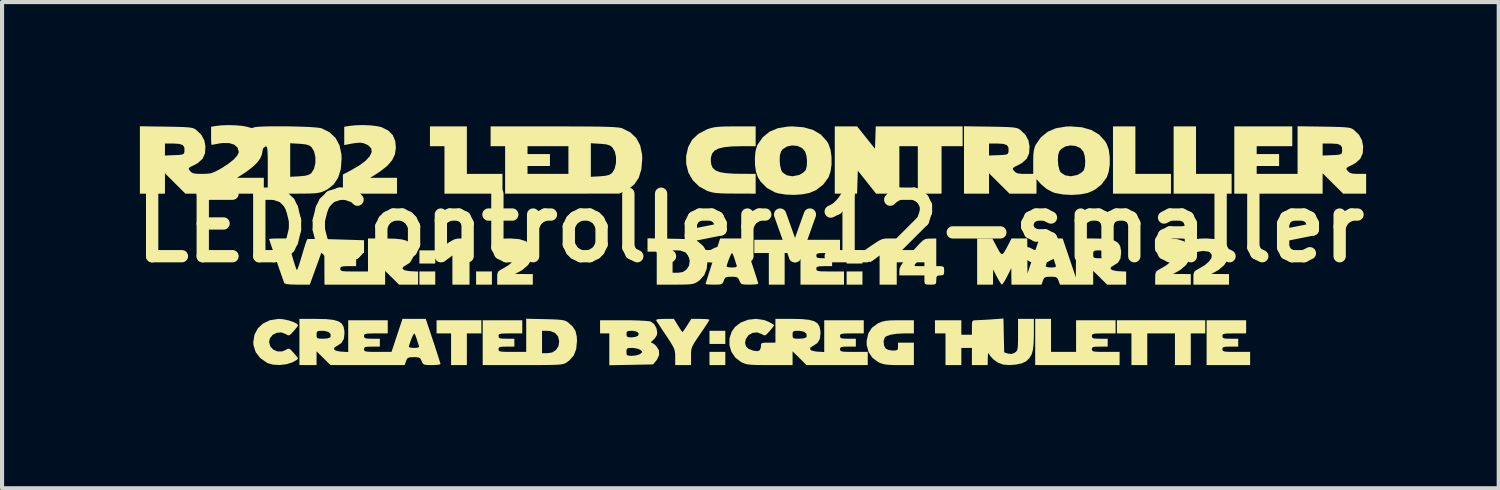
<source format=kicad_pcb>
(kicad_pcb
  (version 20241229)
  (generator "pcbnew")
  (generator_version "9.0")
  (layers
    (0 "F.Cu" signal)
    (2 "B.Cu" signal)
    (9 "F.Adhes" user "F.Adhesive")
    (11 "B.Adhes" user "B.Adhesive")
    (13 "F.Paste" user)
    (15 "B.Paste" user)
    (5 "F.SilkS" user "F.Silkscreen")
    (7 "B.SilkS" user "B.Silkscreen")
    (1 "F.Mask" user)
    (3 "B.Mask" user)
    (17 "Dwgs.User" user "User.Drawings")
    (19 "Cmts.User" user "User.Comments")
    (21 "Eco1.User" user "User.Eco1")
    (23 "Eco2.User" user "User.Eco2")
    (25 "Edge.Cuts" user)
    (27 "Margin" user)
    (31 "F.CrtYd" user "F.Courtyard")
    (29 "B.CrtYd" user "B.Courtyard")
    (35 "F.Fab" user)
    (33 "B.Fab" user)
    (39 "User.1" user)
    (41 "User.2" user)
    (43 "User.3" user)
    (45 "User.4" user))
  (footprint "LEDControllerv12-smaller"
    (layer "F.Cu")
    (at 15.247 2.508)
    (property "Reference" "LEDControllerv12-smaller" (at 0 0 0) (layer "F.SilkS") (effects (font (size 1.524 1.524) (thickness 0.3))))
    (attr board_only exclude_from_pos_files exclude_from_bom)
    (fp_poly (pts (xy -7.684 0.868) (xy -8.07 0.868) (xy -8.07 0.547) (xy -7.684 0.547)) (stroke (width 0) (type solid)) (fill yes) (layer "F.SilkS"))
    (fp_poly (pts (xy -7.684 1.383) (xy -8.07 1.383) (xy -8.07 1.061) (xy -7.684 1.061)) (stroke (width 0) (type solid)) (fill yes) (layer "F.SilkS"))
    (fp_poly (pts (xy -6.302 1.383) (xy -6.688 1.383) (xy -6.688 1.061) (xy -6.302 1.061)) (stroke (width 0) (type solid)) (fill yes) (layer "F.SilkS"))
    (fp_poly (pts (xy -0.611 2.829) (xy -0.997 2.829) (xy -0.997 2.508) (xy -0.611 2.508)) (stroke (width 0) (type solid)) (fill yes) (layer "F.SilkS"))
    (fp_poly (pts (xy -0.611 3.344) (xy -0.997 3.344) (xy -0.997 3.022) (xy -0.611 3.022)) (stroke (width 0) (type solid)) (fill yes) (layer "F.SilkS"))
    (fp_poly (pts (xy 2.733 0.868) (xy 2.347 0.868) (xy 2.347 0.547) (xy 2.733 0.547)) (stroke (width 0) (type solid)) (fill yes) (layer "F.SilkS"))
    (fp_poly (pts (xy 2.733 1.383) (xy 2.347 1.383) (xy 2.347 1.061) (xy 2.733 1.061)) (stroke (width 0) (type solid)) (fill yes) (layer "F.SilkS"))
    (fp_poly (pts (xy 9.388 -1.318) (xy 10.256 -1.318) (xy 10.256 -0.836) (xy 8.842 -0.836) (xy 8.842 -2.476) (xy 9.388 -2.476)) (stroke (width 0) (type solid)) (fill yes) (layer "F.SilkS"))
    (fp_poly (pts (xy 10.867 -1.318) (xy 11.735 -1.318) (xy 11.735 -0.836) (xy 10.321 -0.836) (xy 10.321 -2.476) (xy 10.867 -2.476)) (stroke (width 0) (type solid)) (fill yes) (layer "F.SilkS"))
    (fp_poly (pts (xy -6.913 -1.318) (xy -6.045 -1.318) (xy -6.045 -0.836) (xy -7.459 -0.836) (xy -7.459 -1.993) (xy -7.813 -1.993) (xy -7.813 -2.476) (xy -6.913 -2.476)) (stroke (width 0) (type solid)) (fill yes) (layer "F.SilkS"))
    (fp_poly (pts (xy -6.559 2.572) (xy -6.913 2.572) (xy -6.913 3.344) (xy -7.298 3.344) (xy -7.298 2.572) (xy -7.652 2.572) (xy -7.652 2.251) (xy -6.559 2.251)) (stroke (width 0) (type solid)) (fill yes) (layer "F.SilkS"))
    (fp_poly (pts (xy 1.19 0.611) (xy 0.836 0.611) (xy 0.836 1.383) (xy 0.45 1.383) (xy 0.45 0.611) (xy 0.096 0.611) (xy 0.096 0.289) (xy 1.19 0.289)) (stroke (width 0) (type solid)) (fill yes) (layer "F.SilkS"))
    (fp_poly (pts (xy 11.092 2.572) (xy 10.739 2.572) (xy 10.739 3.344) (xy 10.353 3.344) (xy 10.353 2.572) (xy 9.678 2.572) (xy 9.678 3.344) (xy 9.292 3.344) (xy 9.292 2.572) (xy 8.938 2.572) (xy 8.938 2.251) (xy 11.092 2.251)) (stroke (width 0) (type solid)) (fill yes) (layer "F.SilkS"))
    (fp_poly (pts (xy 2.821 -2.203) (xy 3.038 -1.931) (xy 3.048 -2.203) (xy 3.057 -2.476) (xy 5.176 -2.476) (xy 5.176 -1.993) (xy 4.662 -1.993) (xy 4.662 -0.836) (xy 4.083 -0.836) (xy 4.083 -1.993) (xy 3.633 -1.993) (xy 3.633 -0.836) (xy 3.065 -0.836) (xy 2.62 -1.397) (xy 2.602 -0.836) (xy 2.058 -0.836) (xy 2.058 -2.476) (xy 2.603 -2.476)) (stroke (width 0) (type solid)) (fill yes) (layer "F.SilkS"))
    (fp_poly (pts (xy -6.848 1.383) (xy -7.266 1.383) (xy -7.266 0.672) (xy -7.38 0.758) (xy -7.45 0.808) (xy -7.495 0.832) (xy -7.503 0.832) (xy -7.523 0.793) (xy -7.552 0.722) (xy -7.582 0.639) (xy -7.605 0.569) (xy -7.614 0.533) (xy -7.613 0.532) (xy -7.461 0.427) (xy -7.35 0.352) (xy -7.269 0.304) (xy -7.207 0.275) (xy -7.151 0.262) (xy -7.09 0.258) (xy -7.032 0.257) (xy -6.848 0.257)) (stroke (width 0) (type solid)) (fill yes) (layer "F.SilkS"))
    (fp_poly (pts (xy 3.569 1.383) (xy 3.151 1.383) (xy 3.151 0.672) (xy 3.037 0.758) (xy 2.967 0.808) (xy 2.922 0.832) (xy 2.914 0.832) (xy 2.894 0.793) (xy 2.865 0.722) (xy 2.835 0.639) (xy 2.812 0.569) (xy 2.803 0.533) (xy 2.804 0.532) (xy 2.956 0.427) (xy 3.067 0.352) (xy 3.148 0.304) (xy 3.211 0.275) (xy 3.266 0.262) (xy 3.327 0.258) (xy 3.385 0.257) (xy 3.569 0.257)) (stroke (width 0) (type solid)) (fill yes) (layer "F.SilkS"))
    (fp_poly (pts (xy 2.186 0.611) (xy 1.897 0.611) (xy 1.759 0.612) (xy 1.674 0.617) (xy 1.628 0.629) (xy 1.61 0.65) (xy 1.608 0.675) (xy 1.615 0.711) (xy 1.646 0.731) (xy 1.715 0.738) (xy 1.801 0.739) (xy 1.993 0.739) (xy 1.993 0.932) (xy 1.801 0.932) (xy 1.693 0.935) (xy 1.635 0.945) (xy 1.611 0.968) (xy 1.608 0.997) (xy 1.612 1.025) (xy 1.632 1.044) (xy 1.68 1.055) (xy 1.766 1.06) (xy 1.903 1.061) (xy 1.945 1.061) (xy 2.283 1.061) (xy 2.283 1.383) (xy 1.222 1.383) (xy 1.222 0.289) (xy 2.186 0.289)) (stroke (width 0) (type solid)) (fill yes) (layer "F.SilkS"))
    (fp_poly (pts (xy 12.089 2.572) (xy 11.8 2.572) (xy 11.662 2.573) (xy 11.577 2.578) (xy 11.531 2.59) (xy 11.513 2.611) (xy 11.51 2.636) (xy 11.517 2.672) (xy 11.548 2.692) (xy 11.618 2.7) (xy 11.703 2.701) (xy 11.896 2.701) (xy 11.896 2.894) (xy 11.703 2.894) (xy 11.596 2.896) (xy 11.537 2.906) (xy 11.514 2.929) (xy 11.51 2.958) (xy 11.515 2.987) (xy 11.535 3.005) (xy 11.583 3.016) (xy 11.669 3.021) (xy 11.806 3.022) (xy 11.848 3.022) (xy 12.186 3.022) (xy 12.186 3.344) (xy 11.125 3.344) (xy 11.125 2.251) (xy 12.089 2.251)) (stroke (width 0) (type solid)) (fill yes) (layer "F.SilkS"))
    (fp_poly (pts (xy 7.331 3.022) (xy 7.942 3.022) (xy 7.942 2.251) (xy 8.906 2.251) (xy 8.906 2.572) (xy 8.617 2.572) (xy 8.479 2.573) (xy 8.394 2.578) (xy 8.348 2.59) (xy 8.33 2.611) (xy 8.327 2.636) (xy 8.334 2.672) (xy 8.365 2.692) (xy 8.435 2.7) (xy 8.52 2.701) (xy 8.713 2.701) (xy 8.713 2.894) (xy 8.52 2.894) (xy 8.413 2.896) (xy 8.354 2.906) (xy 8.331 2.929) (xy 8.327 2.958) (xy 8.332 2.987) (xy 8.352 3.005) (xy 8.4 3.016) (xy 8.486 3.021) (xy 8.623 3.022) (xy 8.665 3.022) (xy 9.003 3.022) (xy 9.003 3.344) (xy 6.945 3.344) (xy 6.945 2.218) (xy 7.331 2.218)) (stroke (width 0) (type solid)) (fill yes) (layer "F.SilkS"))
    (fp_poly (pts (xy -9.278 -2.502) (xy -9.121 -2.485) (xy -9.005 -2.46) (xy -8.999 -2.459) (xy -8.833 -2.377) (xy -8.721 -2.267) (xy -8.66 -2.121) (xy -8.644 -1.955) (xy -8.666 -1.797) (xy -8.734 -1.653) (xy -8.853 -1.515) (xy -9.027 -1.378) (xy -9.113 -1.321) (xy -9.272 -1.222) (xy -8.617 -1.222) (xy -8.617 -0.836) (xy -9.935 -0.836) (xy -9.935 -1.302) (xy -9.756 -1.396) (xy -9.543 -1.519) (xy -9.384 -1.637) (xy -9.281 -1.748) (xy -9.233 -1.849) (xy -9.244 -1.938) (xy -9.314 -2.012) (xy -9.379 -2.046) (xy -9.447 -2.07) (xy -9.516 -2.079) (xy -9.604 -2.074) (xy -9.728 -2.055) (xy -9.814 -2.038) (xy -9.903 -2.02) (xy -9.903 -2.467) (xy -9.782 -2.487) (xy -9.63 -2.503) (xy -9.455 -2.508)) (stroke (width 0) (type solid)) (fill yes) (layer "F.SilkS"))
    (fp_poly (pts (xy 10.407 0.273) (xy 10.564 0.321) (xy 10.67 0.404) (xy 10.727 0.522) (xy 10.739 0.633) (xy 10.708 0.773) (xy 10.622 0.906) (xy 10.487 1.022) (xy 10.42 1.061) (xy 10.305 1.122) (xy 10.739 1.125) (xy 10.739 1.383) (xy 9.871 1.383) (xy 9.871 1.222) (xy 9.874 1.125) (xy 9.893 1.068) (xy 9.94 1.028) (xy 9.995 0.999) (xy 10.146 0.909) (xy 10.252 0.817) (xy 10.311 0.731) (xy 10.319 0.655) (xy 10.272 0.595) (xy 10.233 0.576) (xy 10.104 0.56) (xy 10.026 0.573) (xy 9.944 0.588) (xy 9.893 0.588) (xy 9.888 0.586) (xy 9.877 0.545) (xy 9.871 0.465) (xy 9.871 0.432) (xy 9.875 0.353) (xy 9.896 0.302) (xy 9.945 0.273) (xy 10.033 0.26) (xy 10.172 0.257) (xy 10.196 0.257)) (stroke (width 0) (type solid)) (fill yes) (layer "F.SilkS"))
    (fp_poly (pts (xy 11.339 0.273) (xy 11.496 0.321) (xy 11.602 0.404) (xy 11.659 0.522) (xy 11.671 0.633) (xy 11.64 0.773) (xy 11.554 0.906) (xy 11.42 1.022) (xy 11.353 1.061) (xy 11.237 1.122) (xy 11.671 1.125) (xy 11.671 1.383) (xy 10.803 1.383) (xy 10.803 1.222) (xy 10.806 1.125) (xy 10.825 1.068) (xy 10.873 1.028) (xy 10.927 0.999) (xy 11.078 0.909) (xy 11.185 0.817) (xy 11.243 0.731) (xy 11.251 0.655) (xy 11.205 0.595) (xy 11.165 0.576) (xy 11.036 0.56) (xy 10.958 0.573) (xy 10.877 0.588) (xy 10.826 0.588) (xy 10.821 0.586) (xy 10.81 0.545) (xy 10.804 0.465) (xy 10.803 0.432) (xy 10.807 0.353) (xy 10.828 0.302) (xy 10.877 0.273) (xy 10.965 0.26) (xy 11.105 0.257) (xy 11.128 0.257)) (stroke (width 0) (type solid)) (fill yes) (layer "F.SilkS"))
    (fp_poly (pts (xy -5.637 0.273) (xy -5.48 0.321) (xy -5.374 0.404) (xy -5.317 0.522) (xy -5.305 0.633) (xy -5.336 0.773) (xy -5.422 0.906) (xy -5.556 1.022) (xy -5.623 1.061) (xy -5.739 1.122) (xy -5.522 1.124) (xy -5.305 1.125) (xy -5.305 1.383) (xy -6.173 1.383) (xy -6.173 1.222) (xy -6.17 1.125) (xy -6.151 1.068) (xy -6.103 1.028) (xy -6.049 0.999) (xy -5.898 0.909) (xy -5.792 0.817) (xy -5.733 0.731) (xy -5.725 0.655) (xy -5.772 0.595) (xy -5.811 0.576) (xy -5.94 0.56) (xy -6.018 0.573) (xy -6.099 0.588) (xy -6.15 0.588) (xy -6.156 0.586) (xy -6.166 0.545) (xy -6.173 0.465) (xy -6.173 0.432) (xy -6.169 0.353) (xy -6.148 0.302) (xy -6.099 0.273) (xy -6.011 0.26) (xy -5.871 0.257) (xy -5.848 0.257)) (stroke (width 0) (type solid)) (fill yes) (layer "F.SilkS"))
    (fp_poly (pts (xy 3.987 2.572) (xy 3.754 2.572) (xy 3.564 2.581) (xy 3.413 2.605) (xy 3.312 2.643) (xy 3.274 2.676) (xy 3.249 2.762) (xy 3.258 2.861) (xy 3.297 2.939) (xy 3.298 2.94) (xy 3.365 2.974) (xy 3.463 2.99) (xy 3.475 2.99) (xy 3.556 2.986) (xy 3.592 2.965) (xy 3.601 2.912) (xy 3.601 2.894) (xy 3.601 2.797) (xy 3.987 2.797) (xy 3.987 3.344) (xy 3.625 3.344) (xy 3.455 3.342) (xy 3.333 3.335) (xy 3.243 3.32) (xy 3.168 3.295) (xy 3.126 3.276) (xy 2.979 3.17) (xy 2.881 3.025) (xy 2.836 2.853) (xy 2.836 2.753) (xy 2.875 2.574) (xy 2.963 2.435) (xy 3.103 2.331) (xy 3.129 2.318) (xy 3.204 2.287) (xy 3.287 2.267) (xy 3.393 2.256) (xy 3.539 2.251) (xy 3.627 2.251) (xy 3.987 2.251)) (stroke (width 0) (type solid)) (fill yes) (layer "F.SilkS"))
    (fp_poly (pts (xy -1.931 0.263) (xy -1.723 0.267) (xy -1.568 0.273) (xy -1.457 0.28) (xy -1.38 0.29) (xy -1.327 0.305) (xy -1.287 0.325) (xy -1.266 0.34) (xy -1.15 0.442) (xy -1.081 0.55) (xy -1.05 0.684) (xy -1.045 0.798) (xy -1.064 0.994) (xy -1.124 1.148) (xy -1.23 1.269) (xy -1.285 1.31) (xy -1.333 1.339) (xy -1.384 1.359) (xy -1.452 1.372) (xy -1.547 1.379) (xy -1.685 1.382) (xy -1.837 1.383) (xy -2.283 1.383) (xy -2.283 1.093) (xy -1.897 1.093) (xy -1.767 1.093) (xy -1.65 1.076) (xy -1.561 1.018) (xy -1.558 1.014) (xy -1.497 0.923) (xy -1.479 0.808) (xy -1.506 0.683) (xy -1.583 0.596) (xy -1.704 0.552) (xy -1.773 0.547) (xy -1.897 0.547) (xy -1.897 1.093) (xy -2.283 1.093) (xy -2.283 0.579) (xy -2.508 0.579) (xy -2.508 0.253)) (stroke (width 0) (type solid)) (fill yes) (layer "F.SilkS"))
    (fp_poly (pts (xy 0.129 -1.993) (xy -0.189 -1.993) (xy -0.44 -1.988) (xy -0.634 -1.97) (xy -0.777 -1.936) (xy -0.875 -1.883) (xy -0.935 -1.81) (xy -0.962 -1.714) (xy -0.965 -1.656) (xy -0.954 -1.547) (xy -0.919 -1.464) (xy -0.851 -1.403) (xy -0.745 -1.361) (xy -0.593 -1.335) (xy -0.389 -1.322) (xy -0.217 -1.32) (xy 0.129 -1.318) (xy 0.129 -0.836) (xy -0.378 -0.838) (xy -0.581 -0.839) (xy -0.733 -0.844) (xy -0.847 -0.853) (xy -0.936 -0.868) (xy -1.013 -0.89) (xy -1.056 -0.905) (xy -1.252 -1.013) (xy -1.405 -1.164) (xy -1.512 -1.351) (xy -1.565 -1.564) (xy -1.566 -1.754) (xy -1.517 -1.972) (xy -1.419 -2.151) (xy -1.269 -2.293) (xy -1.066 -2.401) (xy -1.044 -2.409) (xy -0.964 -2.435) (xy -0.882 -2.454) (xy -0.782 -2.466) (xy -0.653 -2.473) (xy -0.48 -2.475) (xy -0.369 -2.476) (xy 0.129 -2.476)) (stroke (width 0) (type solid)) (fill yes) (layer "F.SilkS"))
    (fp_poly (pts (xy -1.765 2.379) (xy -1.711 2.465) (xy -1.671 2.523) (xy -1.656 2.54) (xy -1.635 2.515) (xy -1.59 2.451) (xy -1.543 2.379) (xy -1.44 2.218) (xy -1.218 2.218) (xy -1.108 2.221) (xy -1.029 2.228) (xy -0.997 2.237) (xy -0.997 2.237) (xy -1.014 2.27) (xy -1.061 2.344) (xy -1.13 2.449) (xy -1.216 2.575) (xy -1.222 2.584) (xy -1.316 2.721) (xy -1.379 2.82) (xy -1.418 2.896) (xy -1.438 2.961) (xy -1.446 3.032) (xy -1.447 3.122) (xy -1.447 3.344) (xy -1.833 3.344) (xy -1.833 3.15) (xy -1.834 3.065) (xy -1.844 2.997) (xy -1.867 2.929) (xy -1.91 2.847) (xy -1.978 2.739) (xy -2.052 2.627) (xy -2.139 2.497) (xy -2.213 2.384) (xy -2.268 2.301) (xy -2.295 2.259) (xy -2.295 2.259) (xy -2.292 2.237) (xy -2.247 2.224) (xy -2.149 2.219) (xy -2.091 2.218) (xy -1.864 2.218)) (stroke (width 0) (type solid)) (fill yes) (layer "F.SilkS"))
    (fp_poly (pts (xy -11.382 2.228) (xy -11.265 2.253) (xy -11.156 2.288) (xy -11.073 2.327) (xy -11.031 2.365) (xy -11.029 2.374) (xy -11.05 2.408) (xy -11.1 2.473) (xy -11.139 2.518) (xy -11.205 2.59) (xy -11.247 2.619) (xy -11.286 2.614) (xy -11.331 2.587) (xy -11.44 2.547) (xy -11.552 2.557) (xy -11.649 2.608) (xy -11.716 2.692) (xy -11.735 2.781) (xy -11.707 2.887) (xy -11.635 2.966) (xy -11.534 3.01) (xy -11.421 3.012) (xy -11.331 2.976) (xy -11.28 2.946) (xy -11.242 2.945) (xy -11.198 2.98) (xy -11.139 3.044) (xy -11.077 3.118) (xy -11.037 3.172) (xy -11.029 3.188) (xy -11.055 3.213) (xy -11.121 3.253) (xy -11.167 3.277) (xy -11.31 3.323) (xy -11.475 3.342) (xy -11.637 3.334) (xy -11.77 3.297) (xy -11.784 3.29) (xy -11.952 3.173) (xy -12.063 3.027) (xy -12.117 2.857) (xy -12.121 2.784) (xy -12.092 2.603) (xy -12.01 2.449) (xy -11.881 2.329) (xy -11.713 2.25) (xy -11.513 2.219) (xy -11.49 2.218)) (stroke (width 0) (type solid)) (fill yes) (layer "F.SilkS"))
    (fp_poly (pts (xy 4.533 0.932) (xy 4.63 0.932) (xy 4.695 0.939) (xy 4.721 0.97) (xy 4.726 1.045) (xy 4.721 1.121) (xy 4.694 1.152) (xy 4.63 1.157) (xy 4.565 1.164) (xy 4.538 1.196) (xy 4.533 1.27) (xy 4.53 1.339) (xy 4.509 1.372) (xy 4.453 1.382) (xy 4.389 1.383) (xy 4.3 1.38) (xy 4.258 1.364) (xy 4.245 1.32) (xy 4.244 1.27) (xy 4.244 1.157) (xy 3.633 1.157) (xy 3.633 1.045) (xy 3.639 0.993) (xy 3.66 0.937) (xy 3.676 0.911) (xy 4 0.911) (xy 4.014 0.928) (xy 4.079 0.932) (xy 4.11 0.932) (xy 4.244 0.932) (xy 4.244 0.606) (xy 4.158 0.713) (xy 4.091 0.795) (xy 4.034 0.864) (xy 4.024 0.876) (xy 4 0.911) (xy 3.676 0.911) (xy 3.704 0.868) (xy 3.776 0.776) (xy 3.884 0.651) (xy 3.931 0.597) (xy 4.049 0.465) (xy 4.135 0.373) (xy 4.198 0.313) (xy 4.248 0.28) (xy 4.295 0.265) (xy 4.35 0.26) (xy 4.381 0.26) (xy 4.533 0.257)) (stroke (width 0) (type solid)) (fill yes) (layer "F.SilkS"))
    (fp_poly (pts (xy 6.18 2.621) (xy 6.189 3.033) (xy 6.279 3.063) (xy 6.371 3.074) (xy 6.447 3.041) (xy 6.481 3.016) (xy 6.503 2.986) (xy 6.517 2.938) (xy 6.524 2.86) (xy 6.527 2.74) (xy 6.527 2.604) (xy 6.527 2.218) (xy 6.913 2.218) (xy 6.913 2.596) (xy 6.908 2.806) (xy 6.891 2.964) (xy 6.859 3.081) (xy 6.807 3.17) (xy 6.733 3.243) (xy 6.713 3.258) (xy 6.615 3.303) (xy 6.478 3.332) (xy 6.323 3.343) (xy 6.176 3.333) (xy 6.16 3.33) (xy 6.046 3.288) (xy 5.933 3.212) (xy 5.847 3.122) (xy 5.818 3.073) (xy 5.802 3.05) (xy 5.793 3.082) (xy 5.789 3.173) (xy 5.789 3.175) (xy 5.787 3.344) (xy 5.402 3.344) (xy 5.402 2.926) (xy 5.144 2.926) (xy 5.144 3.344) (xy 4.758 3.344) (xy 4.758 2.572) (xy 4.501 2.572) (xy 4.501 2.251) (xy 5.144 2.251) (xy 5.144 2.604) (xy 5.402 2.604) (xy 5.402 2.427) (xy 5.403 2.326) (xy 5.414 2.274) (xy 5.442 2.254) (xy 5.493 2.251) (xy 5.566 2.248) (xy 5.683 2.242) (xy 5.822 2.234) (xy 5.878 2.23) (xy 6.171 2.209)) (stroke (width 0) (type solid)) (fill yes) (layer "F.SilkS"))
    (fp_poly (pts (xy 1.301 -2.454) (xy 1.532 -2.388) (xy 1.718 -2.277) (xy 1.86 -2.121) (xy 1.906 -2.047) (xy 1.955 -1.905) (xy 1.979 -1.729) (xy 1.979 -1.542) (xy 1.953 -1.367) (xy 1.907 -1.235) (xy 1.778 -1.059) (xy 1.606 -0.925) (xy 1.441 -0.853) (xy 1.266 -0.819) (xy 1.065 -0.806) (xy 0.861 -0.814) (xy 0.681 -0.843) (xy 0.598 -0.868) (xy 0.402 -0.976) (xy 0.25 -1.13) (xy 0.182 -1.238) (xy 0.138 -1.364) (xy 0.114 -1.526) (xy 0.111 -1.646) (xy 0.714 -1.646) (xy 0.726 -1.517) (xy 0.754 -1.407) (xy 0.785 -1.353) (xy 0.89 -1.283) (xy 1.025 -1.26) (xy 1.174 -1.288) (xy 1.204 -1.299) (xy 1.287 -1.348) (xy 1.344 -1.404) (xy 1.348 -1.41) (xy 1.375 -1.506) (xy 1.381 -1.634) (xy 1.367 -1.764) (xy 1.334 -1.865) (xy 1.257 -1.951) (xy 1.146 -2) (xy 1.019 -2.012) (xy 0.895 -1.986) (xy 0.793 -1.924) (xy 0.747 -1.864) (xy 0.72 -1.77) (xy 0.714 -1.646) (xy 0.111 -1.646) (xy 0.11 -1.702) (xy 0.125 -1.869) (xy 0.162 -2.002) (xy 0.173 -2.026) (xy 0.301 -2.21) (xy 0.466 -2.346) (xy 0.671 -2.432) (xy 0.918 -2.472) (xy 1.024 -2.476)) (stroke (width 0) (type solid)) (fill yes) (layer "F.SilkS"))
    (fp_poly (pts (xy -4.426 -2.475) (xy -4.116 -2.474) (xy -3.859 -2.472) (xy -3.651 -2.47) (xy -3.485 -2.465) (xy -3.356 -2.46) (xy -3.26 -2.453) (xy -3.189 -2.445) (xy -3.14 -2.434) (xy -3.124 -2.429) (xy -2.929 -2.331) (xy -2.783 -2.193) (xy -2.687 -2.014) (xy -2.641 -1.795) (xy -2.636 -1.686) (xy -2.658 -1.431) (xy -2.722 -1.223) (xy -2.831 -1.06) (xy -2.984 -0.939) (xy -3.035 -0.913) (xy -3.199 -0.837) (xy -4.59 -0.836) (xy -5.98 -0.836) (xy -5.98 -1.318) (xy -5.434 -1.318) (xy -4.437 -1.318) (xy -4.437 -1.993) (xy -5.434 -1.993) (xy -5.434 -1.801) (xy -4.887 -1.801) (xy -4.887 -1.511) (xy -5.434 -1.511) (xy -5.434 -1.318) (xy -5.98 -1.318) (xy -5.98 -1.993) (xy -6.334 -1.993) (xy -6.334 -2.065) (xy -3.89 -2.065) (xy -3.89 -1.247) (xy -3.665 -1.259) (xy -3.53 -1.272) (xy -3.442 -1.294) (xy -3.383 -1.33) (xy -3.372 -1.34) (xy -3.309 -1.443) (xy -3.277 -1.581) (xy -3.276 -1.729) (xy -3.307 -1.866) (xy -3.37 -1.97) (xy -3.371 -1.971) (xy -3.427 -2.011) (xy -3.506 -2.036) (xy -3.627 -2.05) (xy -3.665 -2.052) (xy -3.89 -2.065) (xy -6.334 -2.065) (xy -6.334 -2.476) (xy -4.795 -2.476)) (stroke (width 0) (type solid)) (fill yes) (layer "F.SilkS"))
    (fp_poly (pts (xy 0.013 0.796) (xy 0.072 0.971) (xy 0.122 1.126) (xy 0.161 1.249) (xy 0.186 1.33) (xy 0.193 1.358) (xy 0.164 1.371) (xy 0.087 1.379) (xy -0.019 1.383) (xy -0.133 1.381) (xy -0.2 1.372) (xy -0.236 1.349) (xy -0.26 1.305) (xy -0.267 1.286) (xy -0.295 1.228) (xy -0.335 1.199) (xy -0.408 1.19) (xy -0.459 1.19) (xy -0.554 1.193) (xy -0.606 1.211) (xy -0.636 1.254) (xy -0.648 1.286) (xy -0.67 1.338) (xy -0.7 1.367) (xy -0.756 1.38) (xy -0.855 1.382) (xy -0.887 1.383) (xy -0.993 1.38) (xy -1.067 1.375) (xy -1.093 1.368) (xy -1.084 1.334) (xy -1.057 1.249) (xy -1.017 1.123) (xy -0.967 0.966) (xy -0.959 0.94) (xy -0.579 0.94) (xy -0.55 0.955) (xy -0.478 0.964) (xy -0.447 0.965) (xy -0.362 0.959) (xy -0.33 0.94) (xy -0.332 0.92) (xy -0.352 0.862) (xy -0.38 0.772) (xy -0.389 0.743) (xy -0.417 0.662) (xy -0.442 0.616) (xy -0.449 0.611) (xy -0.469 0.638) (xy -0.5 0.705) (xy -0.534 0.79) (xy -0.563 0.873) (xy -0.578 0.932) (xy -0.579 0.94) (xy -0.959 0.94) (xy -0.915 0.805) (xy -0.737 0.257) (xy -0.166 0.257)) (stroke (width 0) (type solid)) (fill yes) (layer "F.SilkS"))
    (fp_poly (pts (xy 13.984 -2.47) (xy 14.205 -2.466) (xy 14.371 -2.461) (xy 14.491 -2.455) (xy 14.576 -2.446) (xy 14.635 -2.434) (xy 14.677 -2.417) (xy 14.712 -2.394) (xy 14.713 -2.393) (xy 14.841 -2.272) (xy 14.914 -2.135) (xy 14.942 -1.987) (xy 14.932 -1.819) (xy 14.872 -1.686) (xy 14.756 -1.582) (xy 14.665 -1.532) (xy 14.576 -1.489) (xy 14.536 -1.459) (xy 14.536 -1.43) (xy 14.566 -1.389) (xy 14.611 -1.348) (xy 14.672 -1.326) (xy 14.771 -1.319) (xy 14.819 -1.318) (xy 15.015 -1.318) (xy 15.015 -0.836) (xy 14.454 -0.836) (xy 14.204 -1.084) (xy 13.954 -1.333) (xy 13.954 -0.836) (xy 11.8 -0.836) (xy 11.8 -2.476) (xy 13.214 -2.476) (xy 13.214 -1.993) (xy 12.346 -1.993) (xy 12.346 -1.801) (xy 12.893 -1.801) (xy 12.893 -1.511) (xy 12.346 -1.511) (xy 12.346 -1.318) (xy 13.343 -1.318) (xy 13.343 -1.766) (xy 13.954 -1.766) (xy 14.187 -1.775) (xy 14.307 -1.781) (xy 14.378 -1.791) (xy 14.413 -1.81) (xy 14.426 -1.845) (xy 14.43 -1.875) (xy 14.428 -1.963) (xy 14.389 -2.019) (xy 14.307 -2.049) (xy 14.17 -2.058) (xy 14.159 -2.058) (xy 13.954 -2.058) (xy 13.954 -1.766) (xy 13.343 -1.766) (xy 13.343 -2.479)) (stroke (width 0) (type solid)) (fill yes) (layer "F.SilkS"))
    (fp_poly (pts (xy -2.897 2.252) (xy -2.722 2.257) (xy -2.577 2.265) (xy -2.474 2.274) (xy -2.428 2.283) (xy -2.347 2.344) (xy -2.291 2.442) (xy -2.27 2.55) (xy -2.281 2.616) (xy -2.331 2.695) (xy -2.384 2.746) (xy -2.424 2.782) (xy -2.418 2.797) (xy -2.417 2.797) (xy -2.368 2.818) (xy -2.304 2.87) (xy -2.297 2.876) (xy -2.231 2.982) (xy -2.225 3.099) (xy -2.279 3.216) (xy -2.296 3.238) (xy -2.374 3.328) (xy -3.44 3.348) (xy -3.44 3.022) (xy -3.022 3.022) (xy -3.018 3.083) (xy -2.992 3.11) (xy -2.928 3.118) (xy -2.884 3.119) (xy -2.782 3.108) (xy -2.699 3.08) (xy -2.683 3.071) (xy -2.639 3.032) (xy -2.647 3.003) (xy -2.683 2.974) (xy -2.754 2.943) (xy -2.854 2.927) (xy -2.884 2.926) (xy -2.97 2.929) (xy -3.01 2.947) (xy -3.022 2.991) (xy -3.022 3.022) (xy -3.44 3.022) (xy -3.44 2.588) (xy -3.022 2.588) (xy -3.015 2.641) (xy -2.981 2.663) (xy -2.902 2.669) (xy -2.898 2.669) (xy -2.808 2.658) (xy -2.745 2.633) (xy -2.738 2.626) (xy -2.721 2.574) (xy -2.761 2.533) (xy -2.848 2.51) (xy -2.9 2.508) (xy -2.98 2.513) (xy -3.015 2.536) (xy -3.022 2.588) (xy -3.44 2.588) (xy -3.44 2.572) (xy -3.665 2.572) (xy -3.665 2.251) (xy -3.089 2.251)) (stroke (width 0) (type solid)) (fill yes) (layer "F.SilkS"))
    (fp_poly (pts (xy -5.002 2.224) (xy -4.815 2.229) (xy -4.681 2.236) (xy -4.588 2.246) (xy -4.524 2.261) (xy -4.477 2.282) (xy -4.449 2.301) (xy -4.333 2.404) (xy -4.264 2.512) (xy -4.233 2.646) (xy -4.228 2.759) (xy -4.247 2.955) (xy -4.307 3.109) (xy -4.413 3.23) (xy -4.468 3.271) (xy -4.5 3.292) (xy -4.533 3.308) (xy -4.576 3.32) (xy -4.635 3.33) (xy -4.719 3.336) (xy -4.833 3.34) (xy -4.987 3.342) (xy -5.188 3.344) (xy -5.442 3.344) (xy -5.551 3.344) (xy -6.527 3.344) (xy -6.527 3.054) (xy -5.08 3.054) (xy -4.95 3.054) (xy -4.833 3.037) (xy -4.744 2.979) (xy -4.741 2.976) (xy -4.68 2.885) (xy -4.662 2.769) (xy -4.689 2.645) (xy -4.766 2.558) (xy -4.887 2.513) (xy -4.956 2.508) (xy -5.08 2.508) (xy -5.08 3.054) (xy -6.527 3.054) (xy -6.527 2.251) (xy -5.562 2.251) (xy -5.562 2.572) (xy -5.852 2.572) (xy -5.989 2.573) (xy -6.075 2.578) (xy -6.12 2.59) (xy -6.138 2.611) (xy -6.141 2.636) (xy -6.134 2.672) (xy -6.103 2.692) (xy -6.034 2.7) (xy -5.948 2.701) (xy -5.755 2.701) (xy -5.755 2.894) (xy -5.948 2.894) (xy -6.056 2.896) (xy -6.114 2.906) (xy -6.137 2.929) (xy -6.141 2.958) (xy -6.137 2.987) (xy -6.117 3.005) (xy -6.069 3.016) (xy -5.982 3.021) (xy -5.846 3.022) (xy -5.803 3.022) (xy -5.466 3.022) (xy -5.466 2.214)) (stroke (width 0) (type solid)) (fill yes) (layer "F.SilkS"))
    (fp_poly (pts (xy 5.849 -2.47) (xy 6.07 -2.466) (xy 6.236 -2.461) (xy 6.357 -2.455) (xy 6.442 -2.446) (xy 6.501 -2.434) (xy 6.543 -2.417) (xy 6.578 -2.394) (xy 6.579 -2.393) (xy 6.707 -2.272) (xy 6.78 -2.135) (xy 6.807 -1.987) (xy 6.797 -1.819) (xy 6.737 -1.686) (xy 6.622 -1.582) (xy 6.53 -1.532) (xy 6.441 -1.489) (xy 6.402 -1.459) (xy 6.402 -1.43) (xy 6.432 -1.389) (xy 6.475 -1.349) (xy 6.534 -1.327) (xy 6.629 -1.319) (xy 6.693 -1.318) (xy 6.897 -1.318) (xy 6.897 -1.616) (xy 6.897 -1.646) (xy 7.498 -1.646) (xy 7.51 -1.517) (xy 7.538 -1.407) (xy 7.569 -1.353) (xy 7.674 -1.283) (xy 7.809 -1.26) (xy 7.958 -1.288) (xy 7.988 -1.299) (xy 8.071 -1.348) (xy 8.129 -1.404) (xy 8.132 -1.41) (xy 8.159 -1.506) (xy 8.165 -1.634) (xy 8.151 -1.764) (xy 8.118 -1.865) (xy 8.041 -1.951) (xy 7.93 -2) (xy 7.803 -2.012) (xy 7.679 -1.986) (xy 7.577 -1.924) (xy 7.531 -1.864) (xy 7.504 -1.77) (xy 7.498 -1.646) (xy 6.897 -1.646) (xy 6.9 -1.78) (xy 6.913 -1.898) (xy 6.938 -1.985) (xy 6.956 -2.026) (xy 7.085 -2.211) (xy 7.251 -2.346) (xy 7.455 -2.432) (xy 7.701 -2.472) (xy 7.808 -2.476) (xy 8.085 -2.454) (xy 8.316 -2.388) (xy 8.502 -2.277) (xy 8.645 -2.121) (xy 8.69 -2.047) (xy 8.739 -1.905) (xy 8.763 -1.729) (xy 8.763 -1.542) (xy 8.737 -1.367) (xy 8.691 -1.235) (xy 8.562 -1.059) (xy 8.39 -0.925) (xy 8.226 -0.853) (xy 8.044 -0.818) (xy 7.836 -0.805) (xy 7.626 -0.816) (xy 7.442 -0.849) (xy 7.373 -0.871) (xy 7.222 -0.952) (xy 7.093 -1.061) (xy 7.092 -1.062) (xy 6.977 -1.19) (xy 6.977 -0.836) (xy 6.319 -0.836) (xy 6.069 -1.084) (xy 5.819 -1.333) (xy 5.819 -0.836) (xy 5.209 -0.836) (xy 5.209 -1.766) (xy 5.819 -1.766) (xy 6.053 -1.775) (xy 6.173 -1.781) (xy 6.243 -1.791) (xy 6.278 -1.81) (xy 6.292 -1.845) (xy 6.296 -1.875) (xy 6.293 -1.963) (xy 6.255 -2.019) (xy 6.172 -2.049) (xy 6.036 -2.058) (xy 6.025 -2.058) (xy 5.819 -2.058) (xy 5.819 -1.766) (xy 5.209 -1.766) (xy 5.209 -2.479)) (stroke (width 0) (type solid)) (fill yes) (layer "F.SilkS"))
    (fp_poly (pts (xy 6.754 0.683) (xy 6.757 1.109) (xy 6.814 0.94) (xy 7.202 0.94) (xy 7.231 0.955) (xy 7.302 0.964) (xy 7.334 0.965) (xy 7.419 0.959) (xy 7.451 0.94) (xy 7.449 0.92) (xy 7.429 0.862) (xy 7.401 0.772) (xy 7.392 0.743) (xy 7.364 0.662) (xy 7.339 0.616) (xy 7.332 0.611) (xy 7.312 0.638) (xy 7.281 0.705) (xy 7.246 0.79) (xy 7.218 0.873) (xy 7.202 0.932) (xy 7.202 0.94) (xy 6.814 0.94) (xy 6.902 0.683) (xy 7.047 0.257) (xy 7.615 0.257) (xy 7.776 0.731) (xy 7.936 1.206) (xy 7.939 0.731) (xy 7.939 0.643) (xy 8.359 0.643) (xy 8.363 0.7) (xy 8.384 0.728) (xy 8.44 0.738) (xy 8.521 0.739) (xy 8.632 0.732) (xy 8.691 0.708) (xy 8.702 0.691) (xy 8.701 0.622) (xy 8.645 0.573) (xy 8.543 0.548) (xy 8.5 0.547) (xy 8.413 0.55) (xy 8.372 0.567) (xy 8.36 0.61) (xy 8.359 0.643) (xy 7.939 0.643) (xy 7.942 0.257) (xy 8.361 0.257) (xy 8.59 0.262) (xy 8.763 0.279) (xy 8.886 0.313) (xy 8.969 0.366) (xy 9.017 0.443) (xy 9.038 0.548) (xy 9.04 0.608) (xy 9.023 0.749) (xy 8.964 0.847) (xy 8.874 0.905) (xy 8.797 0.952) (xy 8.782 0.995) (xy 8.826 1.029) (xy 8.926 1.05) (xy 8.979 1.055) (xy 9.163 1.064) (xy 9.163 1.383) (xy 8.699 1.383) (xy 8.529 1.215) (xy 8.359 1.047) (xy 8.359 1.383) (xy 7.55 1.383) (xy 7.514 1.286) (xy 7.486 1.228) (xy 7.446 1.199) (xy 7.372 1.19) (xy 7.322 1.19) (xy 7.227 1.193) (xy 7.175 1.211) (xy 7.145 1.254) (xy 7.133 1.286) (xy 7.099 1.383) (xy 6.366 1.383) (xy 6.362 0.981) (xy 6.261 1.182) (xy 6.207 1.281) (xy 6.162 1.353) (xy 6.135 1.382) (xy 6.135 1.383) (xy 6.108 1.356) (xy 6.064 1.287) (xy 6.014 1.198) (xy 5.919 1.013) (xy 5.917 1.198) (xy 5.916 1.383) (xy 5.53 1.383) (xy 5.53 0.257) (xy 5.715 0.257) (xy 5.9 0.258) (xy 6.012 0.468) (xy 6.069 0.573) (xy 6.111 0.629) (xy 6.149 0.636) (xy 6.191 0.59) (xy 6.247 0.491) (xy 6.289 0.41) (xy 6.367 0.257) (xy 6.752 0.257)) (stroke (width 0) (type solid)) (fill yes) (layer "F.SilkS"))
    (fp_poly (pts (xy 0.334 2.245) (xy 0.44 2.286) (xy 0.521 2.329) (xy 0.57 2.363) (xy 0.577 2.374) (xy 0.557 2.408) (xy 0.506 2.473) (xy 0.467 2.518) (xy 0.402 2.59) (xy 0.359 2.619) (xy 0.321 2.614) (xy 0.276 2.587) (xy 0.164 2.547) (xy 0.052 2.559) (xy -0.045 2.615) (xy -0.11 2.707) (xy -0.129 2.8) (xy -0.109 2.886) (xy -0.045 2.947) (xy 0.063 2.99) (xy 0.17 3.006) (xy 0.233 2.979) (xy 0.257 2.906) (xy 0.257 2.89) (xy 0.26 2.837) (xy 0.281 2.809) (xy 0.334 2.799) (xy 0.434 2.797) (xy 0.611 2.797) (xy 0.611 2.604) (xy 1.029 2.604) (xy 1.032 2.661) (xy 1.054 2.69) (xy 1.11 2.7) (xy 1.191 2.701) (xy 1.302 2.693) (xy 1.36 2.669) (xy 1.371 2.652) (xy 1.37 2.584) (xy 1.314 2.534) (xy 1.212 2.51) (xy 1.17 2.508) (xy 1.082 2.511) (xy 1.041 2.528) (xy 1.029 2.571) (xy 1.029 2.604) (xy 0.611 2.604) (xy 0.611 2.218) (xy 1.03 2.218) (xy 1.259 2.223) (xy 1.432 2.241) (xy 1.556 2.274) (xy 1.638 2.327) (xy 1.686 2.404) (xy 1.707 2.509) (xy 1.71 2.569) (xy 1.693 2.71) (xy 1.633 2.808) (xy 1.543 2.867) (xy 1.467 2.914) (xy 1.453 2.957) (xy 1.497 2.992) (xy 1.597 3.013) (xy 1.632 3.016) (xy 1.801 3.026) (xy 1.801 2.251) (xy 2.765 2.251) (xy 2.765 2.572) (xy 2.476 2.572) (xy 2.338 2.573) (xy 2.253 2.578) (xy 2.207 2.59) (xy 2.189 2.611) (xy 2.186 2.636) (xy 2.193 2.672) (xy 2.224 2.692) (xy 2.294 2.7) (xy 2.379 2.701) (xy 2.572 2.701) (xy 2.572 2.894) (xy 2.379 2.894) (xy 2.271 2.896) (xy 2.213 2.906) (xy 2.19 2.929) (xy 2.186 2.958) (xy 2.191 2.987) (xy 2.211 3.005) (xy 2.259 3.016) (xy 2.345 3.021) (xy 2.482 3.022) (xy 2.524 3.022) (xy 2.862 3.022) (xy 2.862 3.344) (xy 1.368 3.344) (xy 1.199 3.176) (xy 1.029 3.008) (xy 1.029 3.344) (xy 0.471 3.344) (xy 0.267 3.343) (xy 0.115 3.341) (xy 0.005 3.335) (xy -0.075 3.326) (xy -0.136 3.31) (xy -0.19 3.288) (xy -0.228 3.269) (xy -0.367 3.162) (xy -0.462 3.021) (xy -0.51 2.86) (xy -0.509 2.692) (xy -0.456 2.53) (xy -0.376 2.416) (xy -0.231 2.305) (xy -0.053 2.238) (xy 0.141 2.217)) (stroke (width 0) (type solid)) (fill yes) (layer "F.SilkS"))
    (fp_poly (pts (xy -10.347 2.223) (xy -10.175 2.241) (xy -10.051 2.274) (xy -9.969 2.327) (xy -9.921 2.404) (xy -9.9 2.509) (xy -9.897 2.569) (xy -9.914 2.71) (xy -9.974 2.808) (xy -10.064 2.867) (xy -10.14 2.914) (xy -10.154 2.957) (xy -10.11 2.992) (xy -10.01 3.013) (xy -9.975 3.016) (xy -9.806 3.026) (xy -9.806 2.251) (xy -8.842 2.251) (xy -8.842 2.572) (xy -9.131 2.572) (xy -9.269 2.573) (xy -9.354 2.578) (xy -9.4 2.59) (xy -9.418 2.611) (xy -9.421 2.636) (xy -9.413 2.672) (xy -9.383 2.692) (xy -9.313 2.7) (xy -9.228 2.701) (xy -9.035 2.701) (xy -9.035 2.894) (xy -9.228 2.894) (xy -9.335 2.896) (xy -9.394 2.906) (xy -9.417 2.929) (xy -9.421 2.958) (xy -9.416 2.987) (xy -9.396 3.005) (xy -9.348 3.016) (xy -9.261 3.021) (xy -9.124 3.022) (xy -9.086 3.022) (xy -8.751 3.022) (xy -8.71 2.902) (xy -8.328 2.902) (xy -8.299 2.917) (xy -8.227 2.925) (xy -8.195 2.926) (xy -8.11 2.92) (xy -8.078 2.901) (xy -8.08 2.881) (xy -8.1 2.823) (xy -8.128 2.734) (xy -8.137 2.704) (xy -8.166 2.623) (xy -8.191 2.577) (xy -8.197 2.572) (xy -8.217 2.599) (xy -8.249 2.666) (xy -8.283 2.752) (xy -8.312 2.835) (xy -8.327 2.894) (xy -8.328 2.902) (xy -8.71 2.902) (xy -8.617 2.62) (xy -8.483 2.218) (xy -7.915 2.218) (xy -7.735 2.757) (xy -7.677 2.933) (xy -7.627 3.087) (xy -7.588 3.21) (xy -7.563 3.291) (xy -7.556 3.32) (xy -7.585 3.332) (xy -7.662 3.341) (xy -7.767 3.344) (xy -7.882 3.342) (xy -7.948 3.333) (xy -7.985 3.31) (xy -8.008 3.266) (xy -8.016 3.247) (xy -8.044 3.189) (xy -8.084 3.16) (xy -8.157 3.151) (xy -8.207 3.151) (xy -8.303 3.154) (xy -8.355 3.172) (xy -8.384 3.215) (xy -8.396 3.247) (xy -8.43 3.344) (xy -10.238 3.344) (xy -10.408 3.176) (xy -10.578 3.008) (xy -10.578 3.344) (xy -10.996 3.344) (xy -10.996 2.604) (xy -10.578 2.604) (xy -10.575 2.661) (xy -10.553 2.69) (xy -10.497 2.7) (xy -10.416 2.701) (xy -10.305 2.693) (xy -10.247 2.669) (xy -10.236 2.652) (xy -10.237 2.584) (xy -10.293 2.534) (xy -10.395 2.51) (xy -10.437 2.508) (xy -10.525 2.511) (xy -10.565 2.528) (xy -10.577 2.571) (xy -10.578 2.604) (xy -10.996 2.604) (xy -10.996 2.218) (xy -10.576 2.218)) (stroke (width 0) (type solid)) (fill yes) (layer "F.SilkS"))
    (fp_poly (pts (xy -11.185 0.643) (xy -11.142 0.79) (xy -11.104 0.911) (xy -11.075 0.994) (xy -11.058 1.029) (xy -11.057 1.029) (xy -11.041 1) (xy -11.012 0.921) (xy -10.975 0.804) (xy -10.932 0.661) (xy -10.931 0.658) (xy -10.888 0.513) (xy -10.85 0.392) (xy -10.82 0.308) (xy -10.803 0.273) (xy -10.803 0.273) (xy -10.765 0.27) (xy -10.673 0.269) (xy -10.536 0.269) (xy -10.364 0.272) (xy -10.167 0.277) (xy -10.1 0.279) (xy -9.421 0.3) (xy -9.421 0.611) (xy -9.71 0.611) (xy -9.847 0.612) (xy -9.933 0.617) (xy -9.978 0.629) (xy -9.996 0.65) (xy -9.999 0.675) (xy -9.992 0.711) (xy -9.961 0.731) (xy -9.892 0.738) (xy -9.806 0.739) (xy -9.613 0.739) (xy -9.613 0.932) (xy -9.806 0.932) (xy -9.914 0.935) (xy -9.972 0.945) (xy -9.996 0.968) (xy -9.999 0.997) (xy -9.995 1.025) (xy -9.975 1.044) (xy -9.927 1.055) (xy -9.841 1.06) (xy -9.704 1.061) (xy -9.662 1.061) (xy -9.324 1.061) (xy -9.324 0.643) (xy -8.906 0.643) (xy -8.903 0.7) (xy -8.881 0.728) (xy -8.825 0.738) (xy -8.744 0.739) (xy -8.633 0.732) (xy -8.575 0.708) (xy -8.564 0.691) (xy -8.565 0.622) (xy -8.621 0.573) (xy -8.723 0.548) (xy -8.765 0.547) (xy -8.853 0.55) (xy -8.894 0.567) (xy -8.905 0.61) (xy -8.906 0.643) (xy -9.324 0.643) (xy -9.324 0.257) (xy -8.904 0.257) (xy -8.675 0.262) (xy -8.503 0.279) (xy -8.379 0.313) (xy -8.297 0.366) (xy -8.249 0.443) (xy -8.228 0.548) (xy -8.225 0.608) (xy -8.242 0.749) (xy -8.302 0.847) (xy -8.392 0.905) (xy -8.468 0.952) (xy -8.483 0.995) (xy -8.44 1.029) (xy -8.34 1.05) (xy -8.287 1.055) (xy -8.102 1.064) (xy -8.102 1.383) (xy -8.566 1.383) (xy -8.736 1.215) (xy -8.906 1.047) (xy -8.906 1.383) (xy -10.385 1.383) (xy -10.387 0.892) (xy -10.389 0.402) (xy -10.516 0.756) (xy -10.572 0.912) (xy -10.626 1.06) (xy -10.67 1.181) (xy -10.693 1.246) (xy -10.744 1.383) (xy -11.048 1.383) (xy -11.209 1.379) (xy -11.311 1.369) (xy -11.361 1.351) (xy -11.367 1.342) (xy -11.392 1.271) (xy -11.431 1.16) (xy -11.48 1.021) (xy -11.533 0.867) (xy -11.588 0.709) (xy -11.639 0.559) (xy -11.683 0.43) (xy -11.716 0.332) (xy -11.734 0.278) (xy -11.735 0.272) (xy -11.706 0.264) (xy -11.629 0.259) (xy -11.52 0.257) (xy -11.514 0.257) (xy -11.293 0.257)) (stroke (width 0) (type solid)) (fill yes) (layer "F.SilkS"))
    (fp_poly (pts (xy -12.541 -2.502) (xy -12.385 -2.488) (xy -12.269 -2.466) (xy -12.254 -2.461) (xy -12.174 -2.439) (xy -12.127 -2.438) (xy -12.121 -2.445) (xy -12.091 -2.457) (xy -12.006 -2.466) (xy -11.878 -2.473) (xy -11.717 -2.477) (xy -11.532 -2.478) (xy -11.334 -2.478) (xy -11.134 -2.474) (xy -10.941 -2.469) (xy -10.766 -2.462) (xy -10.619 -2.452) (xy -10.51 -2.441) (xy -10.455 -2.429) (xy -10.259 -2.331) (xy -10.114 -2.193) (xy -10.018 -2.014) (xy -9.972 -1.795) (xy -9.967 -1.686) (xy -9.988 -1.431) (xy -10.053 -1.223) (xy -10.161 -1.06) (xy -10.315 -0.939) (xy -10.366 -0.913) (xy -10.426 -0.886) (xy -10.485 -0.867) (xy -10.552 -0.853) (xy -10.639 -0.844) (xy -10.756 -0.839) (xy -10.915 -0.837) (xy -11.126 -0.836) (xy -11.149 -0.836) (xy -11.768 -0.836) (xy -11.768 -1.417) (xy -11.768 -1.624) (xy -11.77 -1.775) (xy -11.774 -1.878) (xy -11.781 -1.942) (xy -11.792 -1.976) (xy -11.808 -1.988) (xy -11.823 -1.987) (xy -11.874 -1.95) (xy -11.889 -1.913) (xy -11.913 -1.788) (xy -11.95 -1.698) (xy -12.012 -1.612) (xy -12.033 -1.586) (xy -12.117 -1.505) (xy -12.23 -1.414) (xy -12.327 -1.345) (xy -12.517 -1.222) (xy -11.864 -1.222) (xy -11.864 -0.836) (xy -13.776 -0.836) (xy -14.026 -1.084) (xy -14.275 -1.333) (xy -14.275 -0.836) (xy -14.886 -0.836) (xy -14.886 -1.766) (xy -14.275 -1.766) (xy -14.042 -1.775) (xy -13.922 -1.781) (xy -13.852 -1.791) (xy -13.817 -1.81) (xy -13.803 -1.845) (xy -13.799 -1.875) (xy -13.802 -1.963) (xy -13.84 -2.019) (xy -13.923 -2.049) (xy -14.059 -2.058) (xy -14.07 -2.058) (xy -14.275 -2.058) (xy -14.275 -1.766) (xy -14.886 -1.766) (xy -14.886 -2.479) (xy -14.246 -2.47) (xy -14.025 -2.466) (xy -13.859 -2.461) (xy -13.738 -2.455) (xy -13.653 -2.446) (xy -13.594 -2.434) (xy -13.552 -2.417) (xy -13.517 -2.394) (xy -13.516 -2.393) (xy -13.388 -2.272) (xy -13.315 -2.135) (xy -13.288 -1.987) (xy -13.298 -1.819) (xy -13.358 -1.686) (xy -13.473 -1.582) (xy -13.564 -1.532) (xy -13.654 -1.489) (xy -13.693 -1.459) (xy -13.693 -1.43) (xy -13.663 -1.389) (xy -13.625 -1.352) (xy -13.572 -1.33) (xy -13.49 -1.32) (xy -13.369 -1.318) (xy -13.25 -1.321) (xy -13.16 -1.332) (xy -13.077 -1.36) (xy -12.978 -1.41) (xy -12.889 -1.461) (xy -12.725 -1.567) (xy -12.596 -1.671) (xy -12.511 -1.766) (xy -12.475 -1.845) (xy -12.475 -1.853) (xy -12.503 -1.956) (xy -12.582 -2.029) (xy -12.694 -2.065) (xy -11.221 -2.065) (xy -11.221 -1.247) (xy -10.996 -1.259) (xy -10.861 -1.272) (xy -10.773 -1.294) (xy -10.713 -1.33) (xy -10.703 -1.34) (xy -10.639 -1.443) (xy -10.607 -1.581) (xy -10.607 -1.729) (xy -10.638 -1.866) (xy -10.701 -1.97) (xy -10.702 -1.971) (xy -10.757 -2.011) (xy -10.837 -2.036) (xy -10.958 -2.05) (xy -10.996 -2.052) (xy -11.221 -2.065) (xy -12.694 -2.065) (xy -12.705 -2.069) (xy -12.865 -2.071) (xy -12.945 -2.06) (xy -13.046 -2.041) (xy -13.117 -2.029) (xy -13.14 -2.026) (xy -13.145 -2.055) (xy -13.149 -2.132) (xy -13.15 -2.241) (xy -13.15 -2.246) (xy -13.15 -2.467) (xy -13.03 -2.487) (xy -12.884 -2.503) (xy -12.714 -2.507)) (stroke (width 0) (type solid)) (fill yes) (layer "F.SilkS")))
  (gr_rect
    (start -3 -3)
    (end 33.495 8.856)
    (stroke (width 0.1) (type default))
    (fill no)
    (layer "Edge.Cuts")))
</source>
